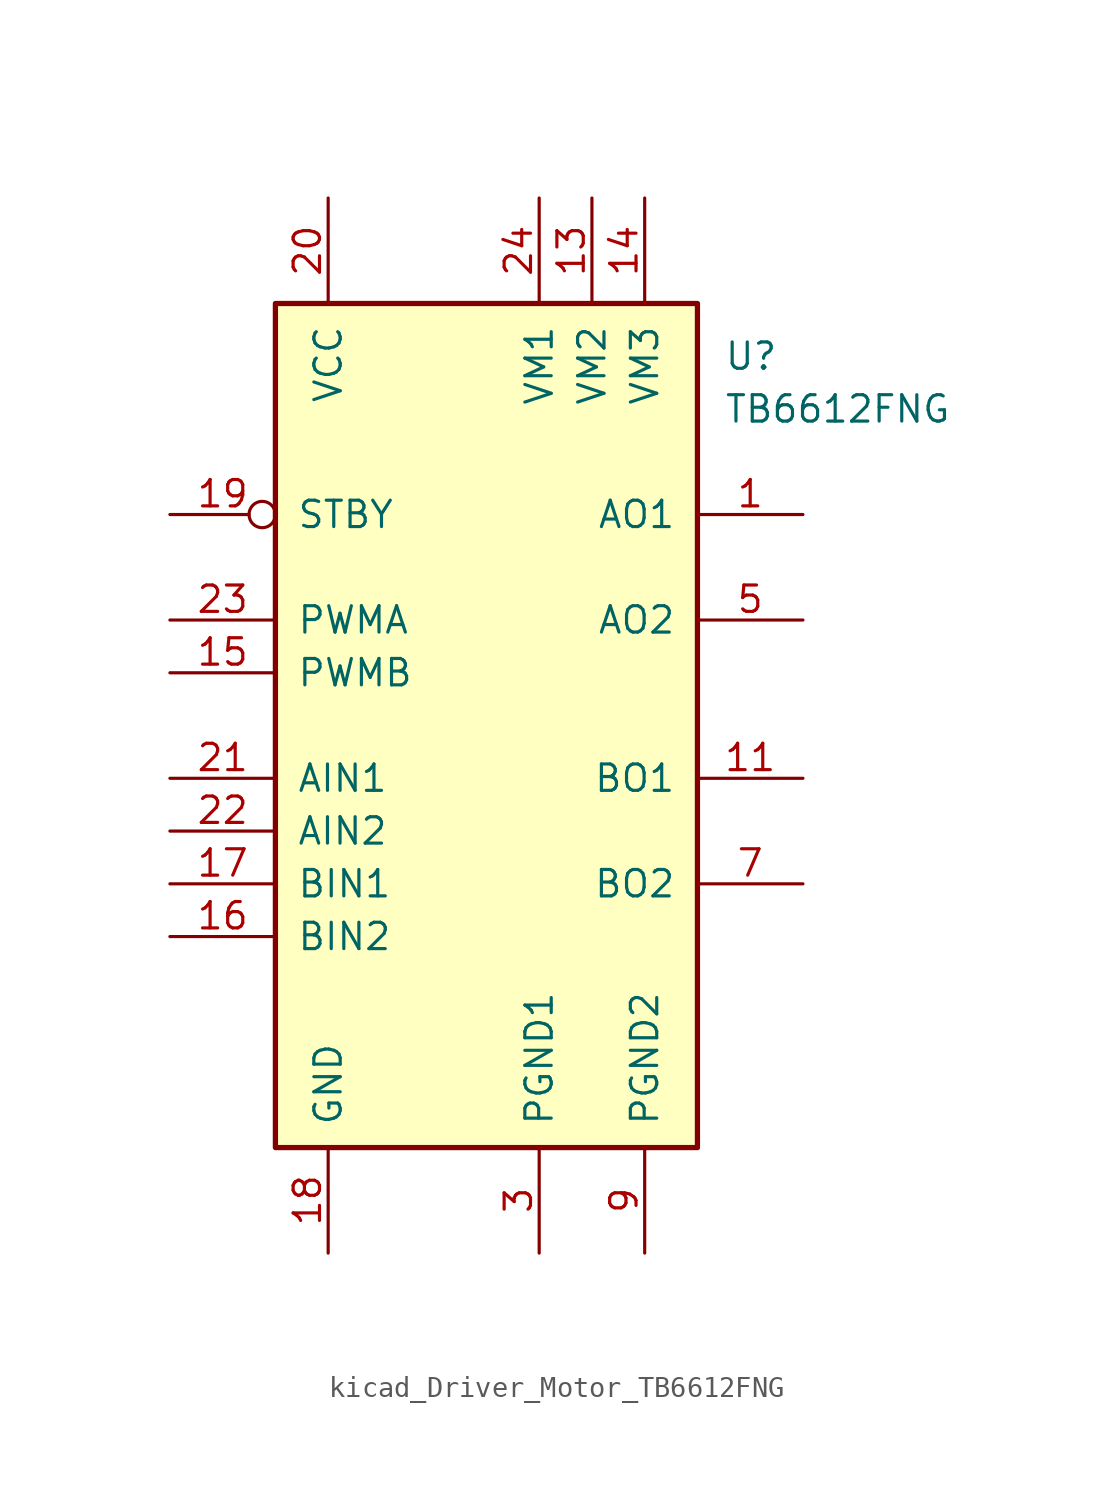
<source format=kicad_sym>
(kicad_symbol_lib
  (version 20220914)
  (generator kicad_symbol_editor)
  (symbol "kicad_Driver_Motor_TB6612FNG"
    (pin_names
      (offset 1.016))
    (property "Reference" "U"
      (at 11.43 17.78 0)
      (effects (font (size 1.27 1.27)) (justify left)))
    (property "Value" "TB6612FNG"
      (at 11.43 15.24 0)
      (effects (font (size 1.27 1.27)) (justify left)))
    (symbol "kicad_Driver_Motor_TB6612FNG_0_1"
      (rectangle (start -10.16 20.32) (end 10.16 -20.32) (stroke (width 0.254) (type default)) (fill (type background))))
    (symbol "kicad_Driver_Motor_TB6612FNG_1_1"
      (pin output line (at 15.24 10.16 180) (length 5.08) (name "AO1" (effects (font (size 1.27 1.27)))) (number "1" (effects (font (size 1.27 1.27)))))
      (pin passive line (at 7.62 -25.4 90) (length 5.08) hide (name "PGND2" (effects (font (size 1.27 1.27)))) (number "10" (effects (font (size 1.27 1.27)))))
      (pin output line (at 15.24 -2.54 180) (length 5.08) (name "BO1" (effects (font (size 1.27 1.27)))) (number "11" (effects (font (size 1.27 1.27)))))
      (pin passive line (at 15.24 -2.54 180) (length 5.08) hide (name "BO1" (effects (font (size 1.27 1.27)))) (number "12" (effects (font (size 1.27 1.27)))))
      (pin power_in line (at 5.08 25.4 270) (length 5.08) (name "VM2" (effects (font (size 1.27 1.27)))) (number "13" (effects (font (size 1.27 1.27)))))
      (pin power_in line (at 7.62 25.4 270) (length 5.08) (name "VM3" (effects (font (size 1.27 1.27)))) (number "14" (effects (font (size 1.27 1.27)))))
      (pin input line (at -15.24 2.54 0) (length 5.08) (name "PWMB" (effects (font (size 1.27 1.27)))) (number "15" (effects (font (size 1.27 1.27)))))
      (pin input line (at -15.24 -10.16 0) (length 5.08) (name "BIN2" (effects (font (size 1.27 1.27)))) (number "16" (effects (font (size 1.27 1.27)))))
      (pin input line (at -15.24 -7.62 0) (length 5.08) (name "BIN1" (effects (font (size 1.27 1.27)))) (number "17" (effects (font (size 1.27 1.27)))))
      (pin power_in line (at -7.62 -25.4 90) (length 5.08) (name "GND" (effects (font (size 1.27 1.27)))) (number "18" (effects (font (size 1.27 1.27)))))
      (pin input inverted (at -15.24 10.16 0) (length 5.08) (name "STBY" (effects (font (size 1.27 1.27)))) (number "19" (effects (font (size 1.27 1.27)))))
      (pin passive line (at 15.24 10.16 180) (length 5.08) hide (name "AO1" (effects (font (size 1.27 1.27)))) (number "2" (effects (font (size 1.27 1.27)))))
      (pin power_in line (at -7.62 25.4 270) (length 5.08) (name "VCC" (effects (font (size 1.27 1.27)))) (number "20" (effects (font (size 1.27 1.27)))))
      (pin input line (at -15.24 -2.54 0) (length 5.08) (name "AIN1" (effects (font (size 1.27 1.27)))) (number "21" (effects (font (size 1.27 1.27)))))
      (pin input line (at -15.24 -5.08 0) (length 5.08) (name "AIN2" (effects (font (size 1.27 1.27)))) (number "22" (effects (font (size 1.27 1.27)))))
      (pin input line (at -15.24 5.08 0) (length 5.08) (name "PWMA" (effects (font (size 1.27 1.27)))) (number "23" (effects (font (size 1.27 1.27)))))
      (pin power_in line (at 2.54 25.4 270) (length 5.08) (name "VM1" (effects (font (size 1.27 1.27)))) (number "24" (effects (font (size 1.27 1.27)))))
      (pin power_in line (at 2.54 -25.4 90) (length 5.08) (name "PGND1" (effects (font (size 1.27 1.27)))) (number "3" (effects (font (size 1.27 1.27)))))
      (pin passive line (at 2.54 -25.4 90) (length 5.08) hide (name "PGND1" (effects (font (size 1.27 1.27)))) (number "4" (effects (font (size 1.27 1.27)))))
      (pin output line (at 15.24 5.08 180) (length 5.08) (name "AO2" (effects (font (size 1.27 1.27)))) (number "5" (effects (font (size 1.27 1.27)))))
      (pin passive line (at 15.24 5.08 180) (length 5.08) hide (name "AO2" (effects (font (size 1.27 1.27)))) (number "6" (effects (font (size 1.27 1.27)))))
      (pin output line (at 15.24 -7.62 180) (length 5.08) (name "BO2" (effects (font (size 1.27 1.27)))) (number "7" (effects (font (size 1.27 1.27)))))
      (pin passive line (at 15.24 -7.62 180) (length 5.08) hide (name "BO2" (effects (font (size 1.27 1.27)))) (number "8" (effects (font (size 1.27 1.27)))))
      (pin power_in line (at 7.62 -25.4 90) (length 5.08) (name "PGND2" (effects (font (size 1.27 1.27)))) (number "9" (effects (font (size 1.27 1.27))))))))
</source>
